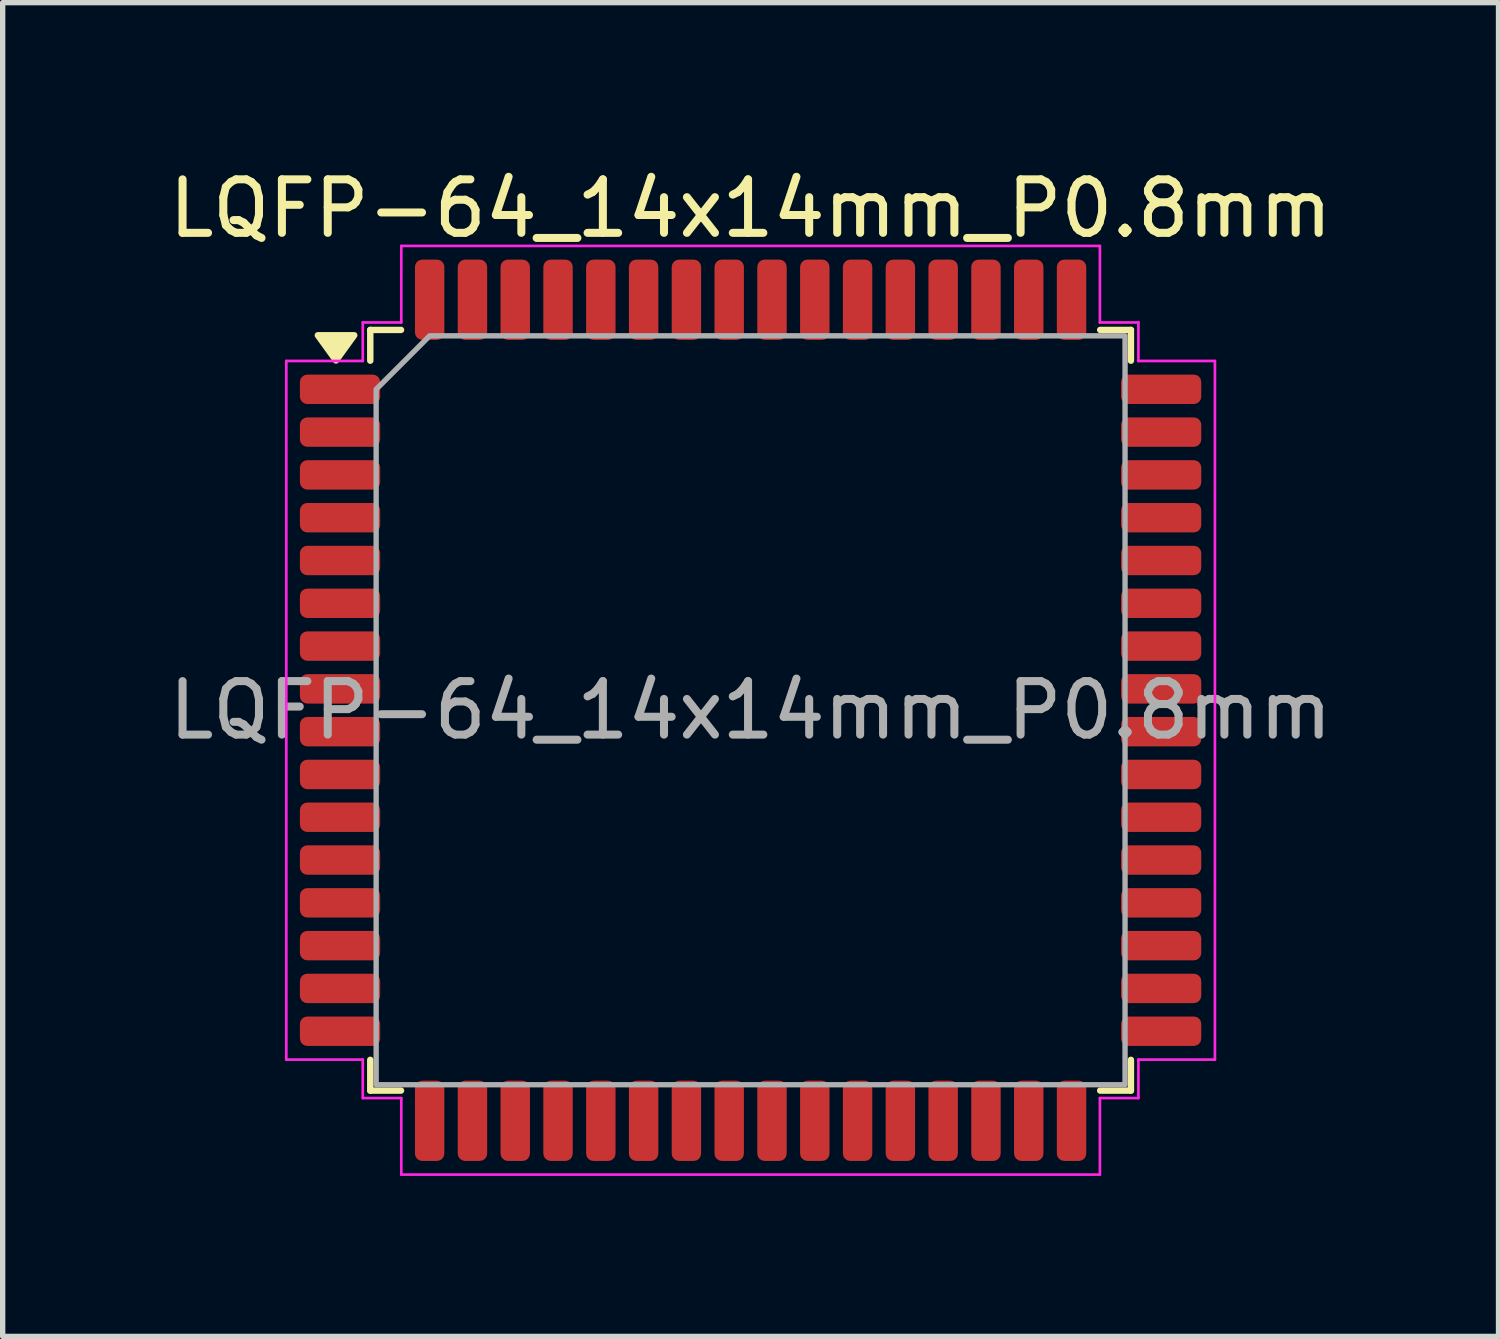
<source format=kicad_pcb>
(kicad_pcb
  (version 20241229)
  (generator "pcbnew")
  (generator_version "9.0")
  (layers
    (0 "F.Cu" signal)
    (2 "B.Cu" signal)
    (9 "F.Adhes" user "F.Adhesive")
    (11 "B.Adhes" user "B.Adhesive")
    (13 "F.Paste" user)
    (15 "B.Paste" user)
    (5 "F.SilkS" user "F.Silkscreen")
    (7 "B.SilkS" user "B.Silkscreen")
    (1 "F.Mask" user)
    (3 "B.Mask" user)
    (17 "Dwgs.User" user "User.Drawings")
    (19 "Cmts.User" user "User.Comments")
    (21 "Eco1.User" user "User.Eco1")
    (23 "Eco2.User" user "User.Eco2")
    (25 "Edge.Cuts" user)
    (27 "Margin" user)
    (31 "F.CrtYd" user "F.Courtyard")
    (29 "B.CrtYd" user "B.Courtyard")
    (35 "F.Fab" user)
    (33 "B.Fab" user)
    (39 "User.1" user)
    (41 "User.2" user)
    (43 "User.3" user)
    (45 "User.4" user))
  (footprint "LQFP-64_14x14mm_P0.8mm"
    (layer "F.Cu")
    (at 10.982 10.228)
    (property "Reference" "LQFP-64_14x14mm_P0.8mm" (at 0 -9.38 0) (layer "F.SilkS") (effects (font (size 1 1) (thickness 0.15))))
    (attr smd)
    (fp_line (start -7.11 -7.11) (end -6.535 -7.11) (stroke (width 0.12) (type solid)) (layer "F.SilkS"))
    (fp_line (start -7.11 -6.535) (end -7.11 -7.11) (stroke (width 0.12) (type solid)) (layer "F.SilkS"))
    (fp_line (start -7.11 7.11) (end -7.11 6.535) (stroke (width 0.12) (type solid)) (layer "F.SilkS"))
    (fp_line (start -6.535 7.11) (end -7.11 7.11) (stroke (width 0.12) (type solid)) (layer "F.SilkS"))
    (fp_line (start 6.535 -7.11) (end 7.11 -7.11) (stroke (width 0.12) (type solid)) (layer "F.SilkS"))
    (fp_line (start 7.11 -7.11) (end 7.11 -6.535) (stroke (width 0.12) (type solid)) (layer "F.SilkS"))
    (fp_line (start 7.11 6.535) (end 7.11 7.11) (stroke (width 0.12) (type solid)) (layer "F.SilkS"))
    (fp_line (start 7.11 7.11) (end 6.535 7.11) (stroke (width 0.12) (type solid)) (layer "F.SilkS"))
    (fp_poly (pts (xy -7.75 -6.54) (xy -8.09 -7.01) (xy -7.41 -7.01)) (stroke (width 0.12) (type solid)) (fill yes) (layer "F.SilkS"))
    (fp_line (start -8.68 -6.53) (end -7.25 -6.53) (stroke (width 0.05) (type solid)) (layer "F.CrtYd"))
    (fp_line (start -8.68 6.53) (end -8.68 -6.53) (stroke (width 0.05) (type solid)) (layer "F.CrtYd"))
    (fp_line (start -7.25 -7.25) (end -6.53 -7.25) (stroke (width 0.05) (type solid)) (layer "F.CrtYd"))
    (fp_line (start -7.25 -6.53) (end -7.25 -7.25) (stroke (width 0.05) (type solid)) (layer "F.CrtYd"))
    (fp_line (start -7.25 6.53) (end -8.68 6.53) (stroke (width 0.05) (type solid)) (layer "F.CrtYd"))
    (fp_line (start -7.25 7.25) (end -7.25 6.53) (stroke (width 0.05) (type solid)) (layer "F.CrtYd"))
    (fp_line (start -6.53 -8.68) (end 6.53 -8.68) (stroke (width 0.05) (type solid)) (layer "F.CrtYd"))
    (fp_line (start -6.53 -7.25) (end -6.53 -8.68) (stroke (width 0.05) (type solid)) (layer "F.CrtYd"))
    (fp_line (start -6.53 7.25) (end -7.25 7.25) (stroke (width 0.05) (type solid)) (layer "F.CrtYd"))
    (fp_line (start -6.53 8.68) (end -6.53 7.25) (stroke (width 0.05) (type solid)) (layer "F.CrtYd"))
    (fp_line (start 6.53 -8.68) (end 6.53 -7.25) (stroke (width 0.05) (type solid)) (layer "F.CrtYd"))
    (fp_line (start 6.53 -7.25) (end 7.25 -7.25) (stroke (width 0.05) (type solid)) (layer "F.CrtYd"))
    (fp_line (start 6.53 7.25) (end 6.53 8.68) (stroke (width 0.05) (type solid)) (layer "F.CrtYd"))
    (fp_line (start 6.53 8.68) (end -6.53 8.68) (stroke (width 0.05) (type solid)) (layer "F.CrtYd"))
    (fp_line (start 7.25 -7.25) (end 7.25 -6.53) (stroke (width 0.05) (type solid)) (layer "F.CrtYd"))
    (fp_line (start 7.25 -6.53) (end 8.68 -6.53) (stroke (width 0.05) (type solid)) (layer "F.CrtYd"))
    (fp_line (start 7.25 6.53) (end 7.25 7.25) (stroke (width 0.05) (type solid)) (layer "F.CrtYd"))
    (fp_line (start 7.25 7.25) (end 6.53 7.25) (stroke (width 0.05) (type solid)) (layer "F.CrtYd"))
    (fp_line (start 8.68 -6.53) (end 8.68 6.53) (stroke (width 0.05) (type solid)) (layer "F.CrtYd"))
    (fp_line (start 8.68 6.53) (end 7.25 6.53) (stroke (width 0.05) (type solid)) (layer "F.CrtYd"))
    (fp_poly (pts (xy -7 -6) (xy -7 7) (xy 7 7) (xy 7 -7) (xy -6 -7)) (stroke (width 0.1) (type solid)) (fill no) (layer "F.Fab"))
    (fp_text user "${REFERENCE}" (at 0 0 0) (layer "F.Fab") (effects (font (size 1 1) (thickness 0.15))))
    (pad "1" smd roundrect (at -7.675 -6) (size 1.5 0.55) (layers "F.Cu" "F.Mask" "F.Paste") (roundrect_rratio 0.25))
    (pad "2" smd roundrect (at -7.675 -5.2) (size 1.5 0.55) (layers "F.Cu" "F.Mask" "F.Paste") (roundrect_rratio 0.25))
    (pad "3" smd roundrect (at -7.675 -4.4) (size 1.5 0.55) (layers "F.Cu" "F.Mask" "F.Paste") (roundrect_rratio 0.25))
    (pad "4" smd roundrect (at -7.675 -3.6) (size 1.5 0.55) (layers "F.Cu" "F.Mask" "F.Paste") (roundrect_rratio 0.25))
    (pad "5" smd roundrect (at -7.675 -2.8) (size 1.5 0.55) (layers "F.Cu" "F.Mask" "F.Paste") (roundrect_rratio 0.25))
    (pad "6" smd roundrect (at -7.675 -2) (size 1.5 0.55) (layers "F.Cu" "F.Mask" "F.Paste") (roundrect_rratio 0.25))
    (pad "7" smd roundrect (at -7.675 -1.2) (size 1.5 0.55) (layers "F.Cu" "F.Mask" "F.Paste") (roundrect_rratio 0.25))
    (pad "8" smd roundrect (at -7.675 -0.4) (size 1.5 0.55) (layers "F.Cu" "F.Mask" "F.Paste") (roundrect_rratio 0.25))
    (pad "9" smd roundrect (at -7.675 0.4) (size 1.5 0.55) (layers "F.Cu" "F.Mask" "F.Paste") (roundrect_rratio 0.25))
    (pad "10" smd roundrect (at -7.675 1.2) (size 1.5 0.55) (layers "F.Cu" "F.Mask" "F.Paste") (roundrect_rratio 0.25))
    (pad "11" smd roundrect (at -7.675 2) (size 1.5 0.55) (layers "F.Cu" "F.Mask" "F.Paste") (roundrect_rratio 0.25))
    (pad "12" smd roundrect (at -7.675 2.8) (size 1.5 0.55) (layers "F.Cu" "F.Mask" "F.Paste") (roundrect_rratio 0.25))
    (pad "13" smd roundrect (at -7.675 3.6) (size 1.5 0.55) (layers "F.Cu" "F.Mask" "F.Paste") (roundrect_rratio 0.25))
    (pad "14" smd roundrect (at -7.675 4.4) (size 1.5 0.55) (layers "F.Cu" "F.Mask" "F.Paste") (roundrect_rratio 0.25))
    (pad "15" smd roundrect (at -7.675 5.2) (size 1.5 0.55) (layers "F.Cu" "F.Mask" "F.Paste") (roundrect_rratio 0.25))
    (pad "16" smd roundrect (at -7.675 6) (size 1.5 0.55) (layers "F.Cu" "F.Mask" "F.Paste") (roundrect_rratio 0.25))
    (pad "17" smd roundrect (at -6 7.675) (size 0.55 1.5) (layers "F.Cu" "F.Mask" "F.Paste") (roundrect_rratio 0.25))
    (pad "18" smd roundrect (at -5.2 7.675) (size 0.55 1.5) (layers "F.Cu" "F.Mask" "F.Paste") (roundrect_rratio 0.25))
    (pad "19" smd roundrect (at -4.4 7.675) (size 0.55 1.5) (layers "F.Cu" "F.Mask" "F.Paste") (roundrect_rratio 0.25))
    (pad "20" smd roundrect (at -3.6 7.675) (size 0.55 1.5) (layers "F.Cu" "F.Mask" "F.Paste") (roundrect_rratio 0.25))
    (pad "21" smd roundrect (at -2.8 7.675) (size 0.55 1.5) (layers "F.Cu" "F.Mask" "F.Paste") (roundrect_rratio 0.25))
    (pad "22" smd roundrect (at -2 7.675) (size 0.55 1.5) (layers "F.Cu" "F.Mask" "F.Paste") (roundrect_rratio 0.25))
    (pad "23" smd roundrect (at -1.2 7.675) (size 0.55 1.5) (layers "F.Cu" "F.Mask" "F.Paste") (roundrect_rratio 0.25))
    (pad "24" smd roundrect (at -0.4 7.675) (size 0.55 1.5) (layers "F.Cu" "F.Mask" "F.Paste") (roundrect_rratio 0.25))
    (pad "25" smd roundrect (at 0.4 7.675) (size 0.55 1.5) (layers "F.Cu" "F.Mask" "F.Paste") (roundrect_rratio 0.25))
    (pad "26" smd roundrect (at 1.2 7.675) (size 0.55 1.5) (layers "F.Cu" "F.Mask" "F.Paste") (roundrect_rratio 0.25))
    (pad "27" smd roundrect (at 2 7.675) (size 0.55 1.5) (layers "F.Cu" "F.Mask" "F.Paste") (roundrect_rratio 0.25))
    (pad "28" smd roundrect (at 2.8 7.675) (size 0.55 1.5) (layers "F.Cu" "F.Mask" "F.Paste") (roundrect_rratio 0.25))
    (pad "29" smd roundrect (at 3.6 7.675) (size 0.55 1.5) (layers "F.Cu" "F.Mask" "F.Paste") (roundrect_rratio 0.25))
    (pad "30" smd roundrect (at 4.4 7.675) (size 0.55 1.5) (layers "F.Cu" "F.Mask" "F.Paste") (roundrect_rratio 0.25))
    (pad "31" smd roundrect (at 5.2 7.675) (size 0.55 1.5) (layers "F.Cu" "F.Mask" "F.Paste") (roundrect_rratio 0.25))
    (pad "32" smd roundrect (at 6 7.675) (size 0.55 1.5) (layers "F.Cu" "F.Mask" "F.Paste") (roundrect_rratio 0.25))
    (pad "33" smd roundrect (at 7.675 6) (size 1.5 0.55) (layers "F.Cu" "F.Mask" "F.Paste") (roundrect_rratio 0.25))
    (pad "34" smd roundrect (at 7.675 5.2) (size 1.5 0.55) (layers "F.Cu" "F.Mask" "F.Paste") (roundrect_rratio 0.25))
    (pad "35" smd roundrect (at 7.675 4.4) (size 1.5 0.55) (layers "F.Cu" "F.Mask" "F.Paste") (roundrect_rratio 0.25))
    (pad "36" smd roundrect (at 7.675 3.6) (size 1.5 0.55) (layers "F.Cu" "F.Mask" "F.Paste") (roundrect_rratio 0.25))
    (pad "37" smd roundrect (at 7.675 2.8) (size 1.5 0.55) (layers "F.Cu" "F.Mask" "F.Paste") (roundrect_rratio 0.25))
    (pad "38" smd roundrect (at 7.675 2) (size 1.5 0.55) (layers "F.Cu" "F.Mask" "F.Paste") (roundrect_rratio 0.25))
    (pad "39" smd roundrect (at 7.675 1.2) (size 1.5 0.55) (layers "F.Cu" "F.Mask" "F.Paste") (roundrect_rratio 0.25))
    (pad "40" smd roundrect (at 7.675 0.4) (size 1.5 0.55) (layers "F.Cu" "F.Mask" "F.Paste") (roundrect_rratio 0.25))
    (pad "41" smd roundrect (at 7.675 -0.4) (size 1.5 0.55) (layers "F.Cu" "F.Mask" "F.Paste") (roundrect_rratio 0.25))
    (pad "42" smd roundrect (at 7.675 -1.2) (size 1.5 0.55) (layers "F.Cu" "F.Mask" "F.Paste") (roundrect_rratio 0.25))
    (pad "43" smd roundrect (at 7.675 -2) (size 1.5 0.55) (layers "F.Cu" "F.Mask" "F.Paste") (roundrect_rratio 0.25))
    (pad "44" smd roundrect (at 7.675 -2.8) (size 1.5 0.55) (layers "F.Cu" "F.Mask" "F.Paste") (roundrect_rratio 0.25))
    (pad "45" smd roundrect (at 7.675 -3.6) (size 1.5 0.55) (layers "F.Cu" "F.Mask" "F.Paste") (roundrect_rratio 0.25))
    (pad "46" smd roundrect (at 7.675 -4.4) (size 1.5 0.55) (layers "F.Cu" "F.Mask" "F.Paste") (roundrect_rratio 0.25))
    (pad "47" smd roundrect (at 7.675 -5.2) (size 1.5 0.55) (layers "F.Cu" "F.Mask" "F.Paste") (roundrect_rratio 0.25))
    (pad "48" smd roundrect (at 7.675 -6) (size 1.5 0.55) (layers "F.Cu" "F.Mask" "F.Paste") (roundrect_rratio 0.25))
    (pad "49" smd roundrect (at 6 -7.675) (size 0.55 1.5) (layers "F.Cu" "F.Mask" "F.Paste") (roundrect_rratio 0.25))
    (pad "50" smd roundrect (at 5.2 -7.675) (size 0.55 1.5) (layers "F.Cu" "F.Mask" "F.Paste") (roundrect_rratio 0.25))
    (pad "51" smd roundrect (at 4.4 -7.675) (size 0.55 1.5) (layers "F.Cu" "F.Mask" "F.Paste") (roundrect_rratio 0.25))
    (pad "52" smd roundrect (at 3.6 -7.675) (size 0.55 1.5) (layers "F.Cu" "F.Mask" "F.Paste") (roundrect_rratio 0.25))
    (pad "53" smd roundrect (at 2.8 -7.675) (size 0.55 1.5) (layers "F.Cu" "F.Mask" "F.Paste") (roundrect_rratio 0.25))
    (pad "54" smd roundrect (at 2 -7.675) (size 0.55 1.5) (layers "F.Cu" "F.Mask" "F.Paste") (roundrect_rratio 0.25))
    (pad "55" smd roundrect (at 1.2 -7.675) (size 0.55 1.5) (layers "F.Cu" "F.Mask" "F.Paste") (roundrect_rratio 0.25))
    (pad "56" smd roundrect (at 0.4 -7.675) (size 0.55 1.5) (layers "F.Cu" "F.Mask" "F.Paste") (roundrect_rratio 0.25))
    (pad "57" smd roundrect (at -0.4 -7.675) (size 0.55 1.5) (layers "F.Cu" "F.Mask" "F.Paste") (roundrect_rratio 0.25))
    (pad "58" smd roundrect (at -1.2 -7.675) (size 0.55 1.5) (layers "F.Cu" "F.Mask" "F.Paste") (roundrect_rratio 0.25))
    (pad "59" smd roundrect (at -2 -7.675) (size 0.55 1.5) (layers "F.Cu" "F.Mask" "F.Paste") (roundrect_rratio 0.25))
    (pad "60" smd roundrect (at -2.8 -7.675) (size 0.55 1.5) (layers "F.Cu" "F.Mask" "F.Paste") (roundrect_rratio 0.25))
    (pad "61" smd roundrect (at -3.6 -7.675) (size 0.55 1.5) (layers "F.Cu" "F.Mask" "F.Paste") (roundrect_rratio 0.25))
    (pad "62" smd roundrect (at -4.4 -7.675) (size 0.55 1.5) (layers "F.Cu" "F.Mask" "F.Paste") (roundrect_rratio 0.25))
    (pad "63" smd roundrect (at -5.2 -7.675) (size 0.55 1.5) (layers "F.Cu" "F.Mask" "F.Paste") (roundrect_rratio 0.25))
    (pad "64" smd roundrect (at -6 -7.675) (size 0.55 1.5) (layers "F.Cu" "F.Mask" "F.Paste") (roundrect_rratio 0.25)))
  (gr_rect
    (start -3 -3)
    (end 24.964 21.933)
    (stroke (width 0.1) (type default))
    (fill no)
    (layer "Edge.Cuts")))
</source>
